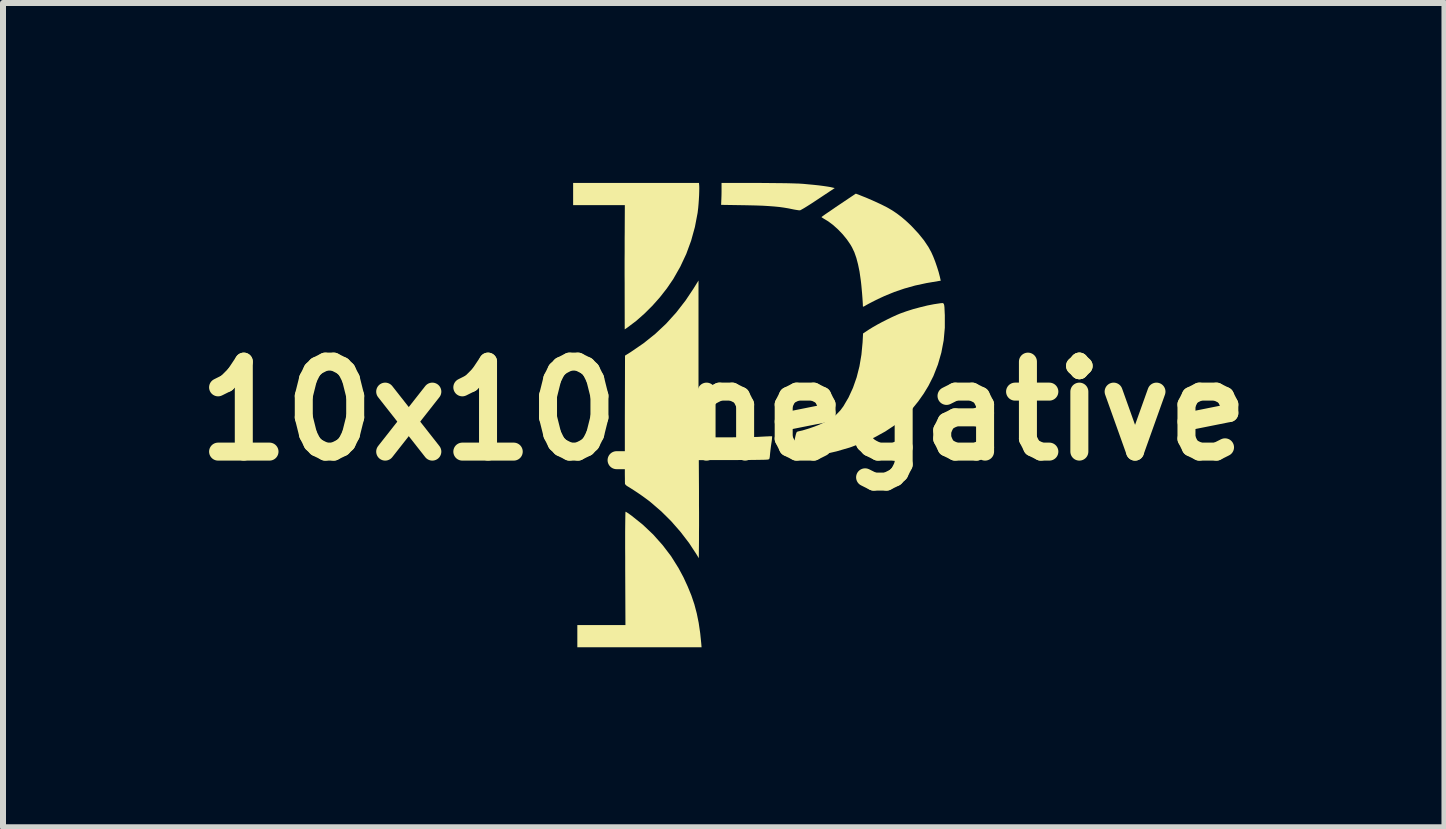
<source format=kicad_pcb>
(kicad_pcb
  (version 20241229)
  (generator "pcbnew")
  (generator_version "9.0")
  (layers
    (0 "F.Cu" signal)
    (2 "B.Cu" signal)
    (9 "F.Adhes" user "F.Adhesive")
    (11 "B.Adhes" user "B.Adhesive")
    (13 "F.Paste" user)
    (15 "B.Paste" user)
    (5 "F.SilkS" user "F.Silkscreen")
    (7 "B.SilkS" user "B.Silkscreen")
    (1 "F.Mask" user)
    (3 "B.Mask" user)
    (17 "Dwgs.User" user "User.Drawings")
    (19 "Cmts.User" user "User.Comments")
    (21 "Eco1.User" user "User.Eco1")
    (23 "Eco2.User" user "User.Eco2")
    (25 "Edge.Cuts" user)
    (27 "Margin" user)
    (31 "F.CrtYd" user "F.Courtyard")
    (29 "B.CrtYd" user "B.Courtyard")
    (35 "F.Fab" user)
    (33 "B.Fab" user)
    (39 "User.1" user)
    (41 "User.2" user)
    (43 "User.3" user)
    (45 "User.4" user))
  (footprint "10x10_negative"
    (layer "F.Cu")
    (at 9.014 3.8)
    (property "Reference" "10x10_negative" (at 0 0 0) (layer "F.SilkS") (effects (font (size 1.5 1.5) (thickness 0.3))))
    (attr board_only exclude_from_pos_files exclude_from_bom)
    (fp_poly (pts (xy -1.624 1.686) (xy -1.6 1.701) (xy -1.567 1.724) (xy -1.535 1.747) (xy -1.348 1.897) (xy -1.176 2.06) (xy -1.019 2.236) (xy -0.877 2.422) (xy -0.753 2.62) (xy -0.672 2.771) (xy -0.6 2.927) (xy -0.539 3.076) (xy -0.489 3.224) (xy -0.449 3.375) (xy -0.417 3.533) (xy -0.392 3.703) (xy -0.375 3.868) (xy -0.369 3.94) (xy -1.404 3.94) (xy -2.44 3.94) (xy -2.44 3.755) (xy -2.44 3.57) (xy -2.039 3.57) (xy -1.638 3.57) (xy -1.642 2.625) (xy -1.642 2.445) (xy -1.643 2.284) (xy -1.643 2.144) (xy -1.643 2.022) (xy -1.642 1.919) (xy -1.641 1.835) (xy -1.64 1.769) (xy -1.639 1.722) (xy -1.638 1.692) (xy -1.636 1.68) (xy -1.635 1.68)) (stroke (width 0) (type solid)) (fill yes) (layer "F.SilkS"))
    (fp_poly (pts (xy -0.408 -3.752) (xy -0.407 -3.713) (xy -0.408 -3.659) (xy -0.41 -3.595) (xy -0.414 -3.524) (xy -0.419 -3.453) (xy -0.425 -3.385) (xy -0.432 -3.326) (xy -0.435 -3.301) (xy -0.48 -3.066) (xy -0.543 -2.838) (xy -0.624 -2.617) (xy -0.724 -2.404) (xy -0.84 -2.2) (xy -0.947 -2.043) (xy -1.063 -1.895) (xy -1.189 -1.753) (xy -1.322 -1.621) (xy -1.458 -1.501) (xy -1.596 -1.397) (xy -1.605 -1.39) (xy -1.65 -1.359) (xy -1.651 -2.002) (xy -1.651 -2.128) (xy -1.652 -2.26) (xy -1.652 -2.395) (xy -1.652 -2.528) (xy -1.651 -2.657) (xy -1.651 -2.778) (xy -1.651 -2.888) (xy -1.65 -2.984) (xy -1.65 -3.038) (xy -1.648 -3.43) (xy -2.079 -3.43) (xy -2.51 -3.43) (xy -2.51 -3.615) (xy -2.51 -3.8) (xy -1.461 -3.8) (xy -0.412 -3.8)) (stroke (width 0) (type solid)) (fill yes) (layer "F.SilkS"))
    (fp_poly (pts (xy 0.519 -3.8) (xy 0.63 -3.8) (xy 0.739 -3.799) (xy 0.846 -3.798) (xy 0.946 -3.797) (xy 1.038 -3.796) (xy 1.119 -3.794) (xy 1.186 -3.792) (xy 1.237 -3.79) (xy 1.25 -3.79) (xy 1.328 -3.785) (xy 1.412 -3.777) (xy 1.498 -3.769) (xy 1.583 -3.76) (xy 1.66 -3.75) (xy 1.728 -3.74) (xy 1.782 -3.731) (xy 1.798 -3.727) (xy 1.851 -3.715) (xy 1.574 -3.531) (xy 1.506 -3.486) (xy 1.443 -3.445) (xy 1.386 -3.409) (xy 1.339 -3.38) (xy 1.302 -3.359) (xy 1.278 -3.346) (xy 1.271 -3.344) (xy 1.249 -3.345) (xy 1.215 -3.35) (xy 1.173 -3.357) (xy 1.159 -3.36) (xy 1.081 -3.376) (xy 1.004 -3.389) (xy 0.925 -3.4) (xy 0.841 -3.408) (xy 0.749 -3.415) (xy 0.647 -3.421) (xy 0.531 -3.425) (xy 0.399 -3.428) (xy 0.351 -3.429) (xy -0.043 -3.435) (xy -0.039 -3.535) (xy -0.037 -3.59) (xy -0.036 -3.65) (xy -0.036 -3.703) (xy -0.036 -3.717) (xy -0.036 -3.8)) (stroke (width 0) (type solid)) (fill yes) (layer "F.SilkS"))
    (fp_poly (pts (xy 2.249 -3.605) (xy 2.278 -3.593) (xy 2.32 -3.576) (xy 2.366 -3.558) (xy 2.39 -3.548) (xy 2.516 -3.493) (xy 2.626 -3.442) (xy 2.723 -3.393) (xy 2.809 -3.343) (xy 2.888 -3.29) (xy 2.963 -3.233) (xy 3.036 -3.171) (xy 3.112 -3.1) (xy 3.136 -3.076) (xy 3.245 -2.959) (xy 3.338 -2.844) (xy 3.413 -2.732) (xy 3.46 -2.646) (xy 3.492 -2.575) (xy 3.525 -2.491) (xy 3.556 -2.401) (xy 3.583 -2.315) (xy 3.603 -2.238) (xy 3.618 -2.171) (xy 3.586 -2.166) (xy 3.38 -2.131) (xy 3.19 -2.09) (xy 3.012 -2.04) (xy 2.842 -1.982) (xy 2.677 -1.914) (xy 2.573 -1.866) (xy 2.519 -1.839) (xy 2.466 -1.812) (xy 2.42 -1.788) (xy 2.385 -1.769) (xy 2.373 -1.762) (xy 2.344 -1.745) (xy 2.328 -1.738) (xy 2.321 -1.74) (xy 2.32 -1.75) (xy 2.32 -1.753) (xy 2.319 -1.785) (xy 2.316 -1.833) (xy 2.312 -1.892) (xy 2.307 -1.957) (xy 2.301 -2.024) (xy 2.295 -2.089) (xy 2.289 -2.146) (xy 2.284 -2.185) (xy 2.264 -2.324) (xy 2.239 -2.445) (xy 2.211 -2.551) (xy 2.178 -2.645) (xy 2.139 -2.727) (xy 2.114 -2.77) (xy 2.054 -2.858) (xy 1.983 -2.945) (xy 1.905 -3.026) (xy 1.824 -3.099) (xy 1.744 -3.159) (xy 1.7 -3.186) (xy 1.668 -3.205) (xy 1.643 -3.221) (xy 1.631 -3.23) (xy 1.63 -3.232) (xy 1.638 -3.238) (xy 1.661 -3.255) (xy 1.696 -3.28) (xy 1.743 -3.312) (xy 1.799 -3.35) (xy 1.861 -3.393) (xy 1.916 -3.43) (xy 2.202 -3.622)) (stroke (width 0) (type solid)) (fill yes) (layer "F.SilkS"))
    (fp_poly (pts (xy 3.662 -1.793) (xy 3.67 -1.781) (xy 3.676 -1.76) (xy 3.68 -1.726) (xy 3.682 -1.678) (xy 3.685 -1.613) (xy 3.686 -1.6) (xy 3.686 -1.386) (xy 3.667 -1.176) (xy 3.628 -0.972) (xy 3.571 -0.774) (xy 3.496 -0.582) (xy 3.413 -0.418) (xy 3.334 -0.288) (xy 3.244 -0.16) (xy 3.146 -0.039) (xy 3.043 0.072) (xy 2.938 0.169) (xy 2.86 0.232) (xy 2.693 0.343) (xy 2.511 0.443) (xy 2.313 0.532) (xy 2.102 0.61) (xy 1.878 0.675) (xy 1.642 0.728) (xy 1.58 0.739) (xy 1.517 0.75) (xy 1.449 0.76) (xy 1.38 0.77) (xy 1.314 0.778) (xy 1.255 0.784) (xy 1.207 0.789) (xy 1.177 0.79) (xy 1.139 0.79) (xy 1.145 0.733) (xy 1.155 0.649) (xy 1.167 0.571) (xy 1.179 0.502) (xy 1.191 0.442) (xy 1.202 0.395) (xy 1.212 0.363) (xy 1.221 0.349) (xy 1.239 0.342) (xy 1.266 0.336) (xy 1.269 0.335) (xy 1.311 0.326) (xy 1.365 0.31) (xy 1.427 0.291) (xy 1.49 0.269) (xy 1.549 0.247) (xy 1.593 0.23) (xy 1.705 0.177) (xy 1.799 0.12) (xy 1.879 0.059) (xy 1.945 -0.01) (xy 1.995 -0.077) (xy 2.081 -0.224) (xy 2.155 -0.385) (xy 2.216 -0.559) (xy 2.263 -0.744) (xy 2.296 -0.939) (xy 2.315 -1.14) (xy 2.316 -1.158) (xy 2.323 -1.291) (xy 2.424 -1.358) (xy 2.484 -1.395) (xy 2.557 -1.437) (xy 2.639 -1.481) (xy 2.724 -1.524) (xy 2.808 -1.565) (xy 2.885 -1.6) (xy 2.94 -1.623) (xy 3.043 -1.66) (xy 3.156 -1.696) (xy 3.275 -1.728) (xy 3.393 -1.757) (xy 3.505 -1.779) (xy 3.605 -1.794) (xy 3.611 -1.795) (xy 3.633 -1.797) (xy 3.65 -1.798)) (stroke (width 0) (type solid)) (fill yes) (layer "F.SilkS"))
    (fp_poly (pts (xy -0.42 -0.867) (xy -0.42 0.44) (xy 0.028 0.44) (xy 0.128 0.44) (xy 0.228 0.439) (xy 0.325 0.438) (xy 0.416 0.436) (xy 0.497 0.435) (xy 0.566 0.433) (xy 0.62 0.43) (xy 0.638 0.429) (xy 0.693 0.426) (xy 0.741 0.424) (xy 0.778 0.422) (xy 0.801 0.423) (xy 0.807 0.423) (xy 0.807 0.435) (xy 0.805 0.462) (xy 0.801 0.5) (xy 0.795 0.537) (xy 0.787 0.592) (xy 0.78 0.651) (xy 0.774 0.703) (xy 0.772 0.725) (xy 0.768 0.765) (xy 0.764 0.789) (xy 0.758 0.802) (xy 0.748 0.808) (xy 0.735 0.811) (xy 0.72 0.812) (xy 0.686 0.814) (xy 0.636 0.815) (xy 0.573 0.816) (xy 0.496 0.817) (xy 0.41 0.818) (xy 0.315 0.818) (xy 0.213 0.819) (xy 0.145 0.819) (xy -0.415 0.82) (xy -0.412 1.342) (xy -0.412 1.456) (xy -0.412 1.573) (xy -0.411 1.691) (xy -0.411 1.806) (xy -0.411 1.915) (xy -0.412 2.014) (xy -0.412 2.1) (xy -0.412 2.16) (xy -0.415 2.455) (xy -0.454 2.39) (xy -0.578 2.201) (xy -0.72 2.016) (xy -0.874 1.84) (xy -1.04 1.675) (xy -1.213 1.526) (xy -1.245 1.5) (xy -1.299 1.46) (xy -1.361 1.415) (xy -1.426 1.37) (xy -1.491 1.327) (xy -1.549 1.29) (xy -1.596 1.261) (xy -1.6 1.259) (xy -1.626 1.241) (xy -1.643 1.222) (xy -1.646 1.215) (xy -1.646 1.203) (xy -1.647 1.172) (xy -1.647 1.123) (xy -1.648 1.058) (xy -1.648 0.979) (xy -1.648 0.887) (xy -1.648 0.782) (xy -1.648 0.667) (xy -1.648 0.542) (xy -1.648 0.41) (xy -1.648 0.27) (xy -1.648 0.136) (xy -1.645 -0.922) (xy -1.546 -0.984) (xy -1.336 -1.128) (xy -1.14 -1.285) (xy -0.958 -1.456) (xy -0.79 -1.642) (xy -0.635 -1.842) (xy -0.506 -2.035) (xy -0.42 -2.174)) (stroke (width 0) (type solid)) (fill yes) (layer "F.SilkS")))
  (gr_rect
    (start -3 -3)
    (end 21.029 10.74)
    (stroke (width 0.1) (type default))
    (fill no)
    (layer "Edge.Cuts")))
</source>
